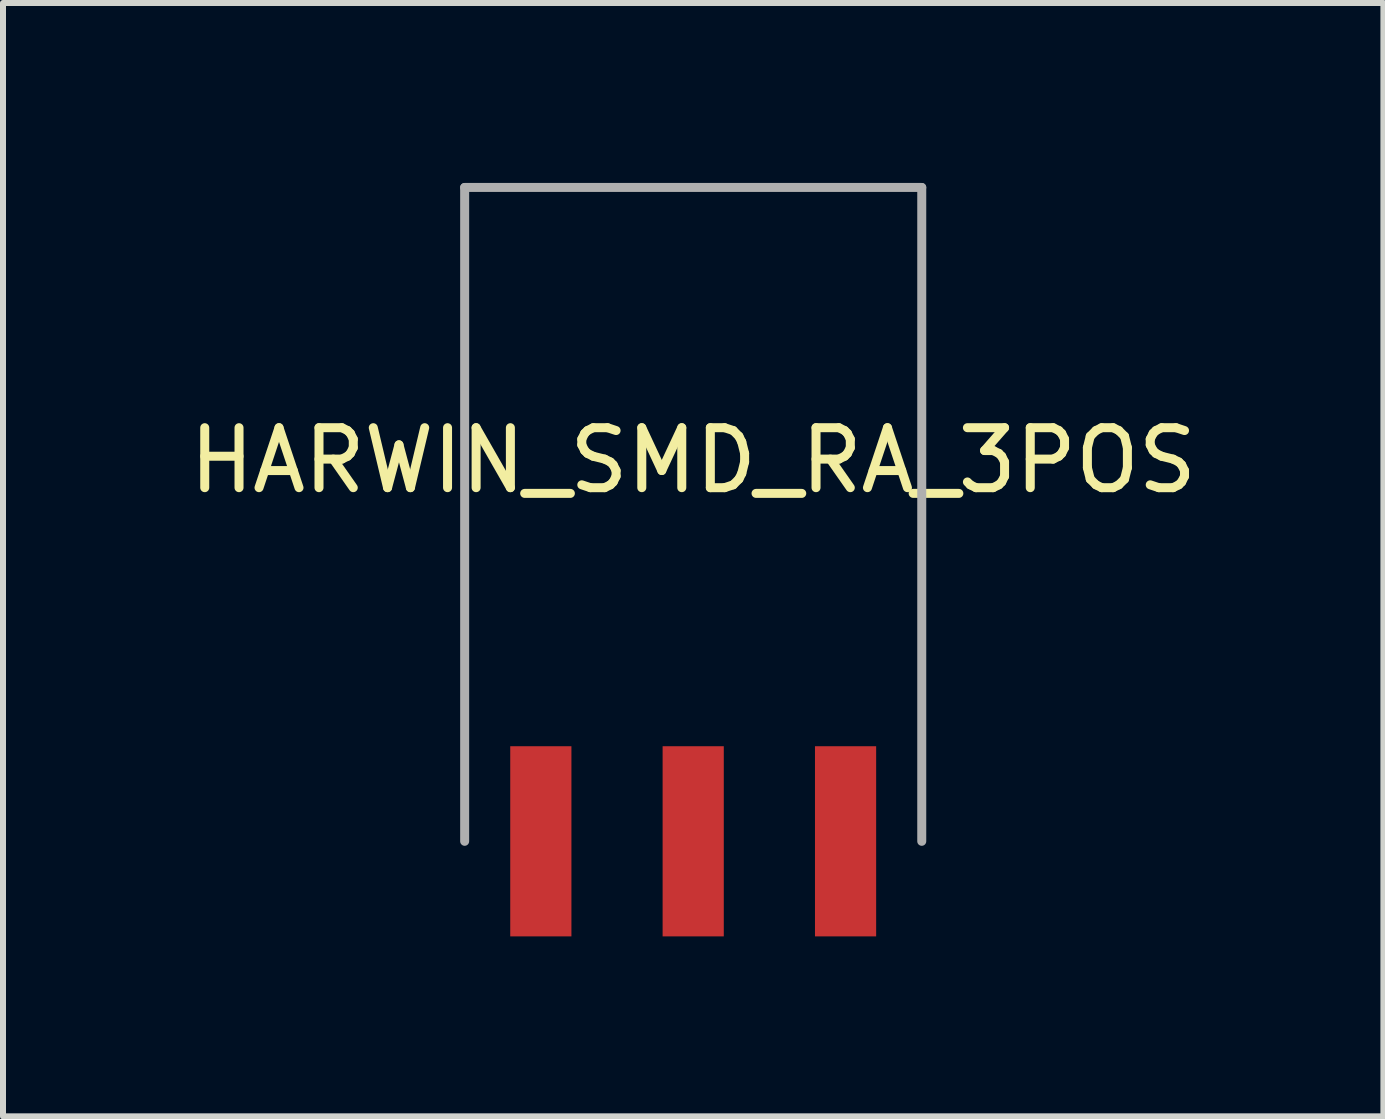
<source format=kicad_pcb>
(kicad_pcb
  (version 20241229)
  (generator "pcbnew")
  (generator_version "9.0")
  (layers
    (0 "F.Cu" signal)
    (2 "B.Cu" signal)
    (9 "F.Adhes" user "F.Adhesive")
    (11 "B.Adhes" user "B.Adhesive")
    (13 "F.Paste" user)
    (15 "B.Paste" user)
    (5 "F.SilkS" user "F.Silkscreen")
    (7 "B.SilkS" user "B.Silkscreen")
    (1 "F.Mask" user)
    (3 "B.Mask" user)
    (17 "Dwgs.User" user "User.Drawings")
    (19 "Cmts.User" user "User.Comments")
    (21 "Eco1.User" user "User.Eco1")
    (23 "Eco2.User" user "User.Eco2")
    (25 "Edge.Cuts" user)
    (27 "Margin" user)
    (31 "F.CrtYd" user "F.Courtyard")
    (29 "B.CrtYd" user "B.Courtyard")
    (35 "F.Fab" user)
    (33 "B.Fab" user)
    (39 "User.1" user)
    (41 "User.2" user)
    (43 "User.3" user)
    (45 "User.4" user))
  (footprint "HARWIN_SMD_RA_3POS"
    (layer "F.Cu")
    (at 8.506 10.975)
    (property "Reference" "HARWIN_SMD_RA_3POS" (at 0 -6.35 0) (layer "F.SilkS") (effects (font (size 1 1) (thickness 0.15))))
    (attr through_hole)
    (fp_line (start -3.81 -10.9) (end 3.81 -10.9) (stroke (width 0.15) (type solid)) (layer "F.Fab"))
    (fp_line (start -3.81 0) (end -3.81 -10.9) (stroke (width 0.15) (type solid)) (layer "F.Fab"))
    (fp_line (start 3.81 -10.9) (end 3.81 0) (stroke (width 0.15) (type solid)) (layer "F.Fab"))
    (pad "1" smd rect (at -2.54 0) (size 1.02 3.17) (layers "F.Cu" "F.Mask" "F.Paste"))
    (pad "2" smd rect (at 0 0) (size 1.02 3.17) (layers "F.Cu" "F.Mask" "F.Paste"))
    (pad "3" smd rect (at 2.54 0) (size 1.02 3.17) (layers "F.Cu" "F.Mask" "F.Paste")))
  (gr_rect
    (start -3 -3)
    (end 20.012 15.56)
    (stroke (width 0.1) (type default))
    (fill no)
    (layer "Edge.Cuts")))
</source>
